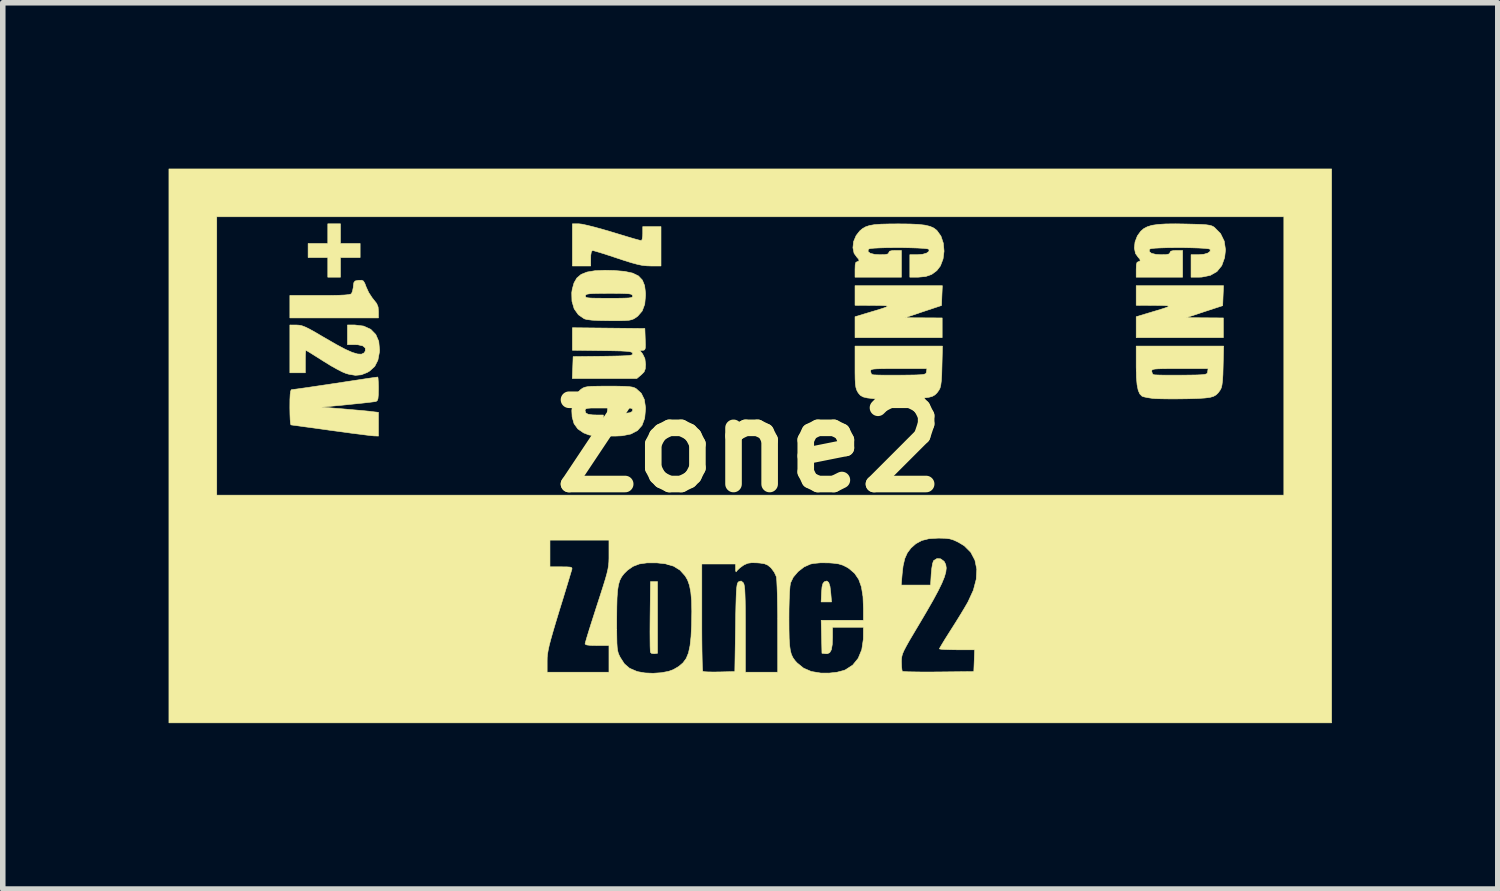
<source format=kicad_pcb>
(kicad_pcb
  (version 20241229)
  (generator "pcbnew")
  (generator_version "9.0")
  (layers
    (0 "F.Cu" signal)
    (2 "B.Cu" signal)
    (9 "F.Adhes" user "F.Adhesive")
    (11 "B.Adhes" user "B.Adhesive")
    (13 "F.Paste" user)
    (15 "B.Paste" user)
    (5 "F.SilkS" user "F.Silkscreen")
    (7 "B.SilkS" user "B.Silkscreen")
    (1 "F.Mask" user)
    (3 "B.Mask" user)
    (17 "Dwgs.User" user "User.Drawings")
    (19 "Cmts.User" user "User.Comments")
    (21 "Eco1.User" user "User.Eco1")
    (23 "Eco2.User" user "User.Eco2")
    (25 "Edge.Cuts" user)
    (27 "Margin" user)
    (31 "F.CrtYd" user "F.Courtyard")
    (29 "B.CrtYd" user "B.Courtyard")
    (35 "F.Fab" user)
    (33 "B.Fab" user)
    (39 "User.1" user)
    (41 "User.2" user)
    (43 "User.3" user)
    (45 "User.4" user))
  (footprint "Zone2"
    (layer "F.Cu")
    (at 10.506 5.014)
    (property "Reference" "Zone2" (at 0 0 0) (layer "F.SilkS") (effects (font (size 1.524 1.524) (thickness 0.3))))
    (attr through_hole)
    (fp_poly (pts (xy 1.431 2.47) (xy 1.454 2.54) (xy 1.468 2.655) (xy 1.482 2.822) (xy 1.294 2.822) (xy 1.302 2.653) (xy 1.31 2.551) (xy 1.326 2.49) (xy 1.352 2.457) (xy 1.353 2.457) (xy 1.398 2.443) (xy 1.431 2.47)) (stroke (width 0.01) (type solid)) (fill yes) (layer "F.SilkS"))
    (fp_poly (pts (xy -7.399 -3.661) (xy -7.043 -3.661) (xy -7.043 -3.407) (xy -7.399 -3.407) (xy -7.399 -3.051) (xy -7.628 -3.051) (xy -7.628 -3.407) (xy -7.984 -3.407) (xy -7.984 -3.661) (xy -7.628 -3.661) (xy -7.628 -4.017) (xy -7.399 -4.017) (xy -7.399 -3.661)) (stroke (width 0.01) (type solid)) (fill yes) (layer "F.SilkS"))
    (fp_poly (pts (xy -1.665 3.75) (xy -1.723 3.758) (xy -1.773 3.752) (xy -1.793 3.732) (xy -1.796 3.698) (xy -1.799 3.621) (xy -1.8 3.507) (xy -1.801 3.365) (xy -1.8 3.202) (xy -1.799 3.076) (xy -1.792 2.454) (xy -1.665 2.454) (xy -1.665 3.75)) (stroke (width 0.01) (type solid)) (fill yes) (layer "F.SilkS"))
    (fp_poly (pts (xy 8.563 -2.717) (xy 8.556 -2.536) (xy 8.225 -2.428) (xy 7.895 -2.319) (xy 8.568 -2.314) (xy 8.568 -1.958) (xy 6.992 -1.958) (xy 6.992 -2.336) (xy 7.214 -2.403) (xy 7.375 -2.451) (xy 7.488 -2.486) (xy 7.556 -2.51) (xy 7.579 -2.526) (xy 7.56 -2.534) (xy 7.5 -2.539) (xy 7.4 -2.54) (xy 7.316 -2.541) (xy 6.992 -2.543) (xy 6.992 -2.898) (xy 8.571 -2.898) (xy 8.563 -2.717)) (stroke (width 0.01) (type solid)) (fill yes) (layer "F.SilkS"))
    (fp_poly (pts (xy 3.478 -2.719) (xy 3.471 -2.539) (xy 3.14 -2.429) (xy 2.81 -2.318) (xy 3.146 -2.316) (xy 3.483 -2.314) (xy 3.483 -1.958) (xy 1.907 -1.958) (xy 1.907 -2.336) (xy 2.129 -2.403) (xy 2.29 -2.451) (xy 2.403 -2.486) (xy 2.47 -2.51) (xy 2.494 -2.526) (xy 2.475 -2.534) (xy 2.415 -2.539) (xy 2.315 -2.54) (xy 2.231 -2.541) (xy 1.907 -2.543) (xy 1.907 -2.898) (xy 3.486 -2.898) (xy 3.478 -2.719)) (stroke (width 0.01) (type solid)) (fill yes) (layer "F.SilkS"))
    (fp_poly (pts (xy -6.984 -2.982) (xy -6.959 -2.941) (xy -6.933 -2.872) (xy -6.888 -2.774) (xy -6.826 -2.679) (xy -6.8 -2.646) (xy -6.744 -2.575) (xy -6.718 -2.511) (xy -6.712 -2.431) (xy -6.712 -2.314) (xy -8.314 -2.314) (xy -8.314 -2.721) (xy -7.771 -2.721) (xy -7.576 -2.721) (xy -7.428 -2.724) (xy -7.321 -2.729) (xy -7.25 -2.736) (xy -7.211 -2.746) (xy -7.2 -2.753) (xy -7.181 -2.798) (xy -7.167 -2.868) (xy -7.166 -2.886) (xy -7.157 -2.952) (xy -7.135 -2.982) (xy -7.086 -2.993) (xy -7.068 -2.995) (xy -7.016 -2.996) (xy -6.984 -2.982)) (stroke (width 0.01) (type solid)) (fill yes) (layer "F.SilkS"))
    (fp_poly (pts (xy -3.031 -4.01) (xy -2.93 -3.988) (xy -2.798 -3.955) (xy -2.643 -3.912) (xy -2.483 -3.865) (xy -2.331 -3.819) (xy -2.196 -3.778) (xy -2.084 -3.745) (xy -2.003 -3.723) (xy -1.962 -3.713) (xy -1.959 -3.712) (xy -1.943 -3.735) (xy -1.934 -3.794) (xy -1.932 -3.839) (xy -1.932 -3.966) (xy -1.602 -3.966) (xy -1.602 -3.254) (xy -1.787 -3.254) (xy -1.865 -3.257) (xy -1.941 -3.265) (xy -2.027 -3.283) (xy -2.131 -3.311) (xy -2.266 -3.353) (xy -2.39 -3.394) (xy -2.529 -3.44) (xy -2.652 -3.48) (xy -2.751 -3.51) (xy -2.817 -3.529) (xy -2.84 -3.534) (xy -2.861 -3.514) (xy -2.872 -3.449) (xy -2.873 -3.394) (xy -2.873 -3.254) (xy -3.204 -3.254) (xy -3.204 -4.017) (xy -3.092 -4.017) (xy -3.031 -4.01)) (stroke (width 0.01) (type solid)) (fill yes) (layer "F.SilkS"))
    (fp_poly (pts (xy -2.549 -2.13) (xy -1.894 -2.123) (xy -1.887 -1.926) (xy -1.884 -1.827) (xy -1.886 -1.768) (xy -1.897 -1.739) (xy -1.917 -1.73) (xy -1.933 -1.729) (xy -1.987 -1.729) (xy -1.934 -1.662) (xy -1.893 -1.578) (xy -1.881 -1.474) (xy -1.887 -1.392) (xy -1.908 -1.338) (xy -1.956 -1.289) (xy -1.96 -1.286) (xy -2.038 -1.22) (xy -3.206 -1.22) (xy -3.198 -1.417) (xy -3.191 -1.615) (xy -2.649 -1.621) (xy -2.469 -1.624) (xy -2.334 -1.627) (xy -2.238 -1.631) (xy -2.174 -1.636) (xy -2.136 -1.643) (xy -2.118 -1.654) (xy -2.115 -1.667) (xy -2.115 -1.672) (xy -2.122 -1.687) (xy -2.141 -1.698) (xy -2.177 -1.706) (xy -2.238 -1.712) (xy -2.329 -1.717) (xy -2.457 -1.72) (xy -2.629 -1.723) (xy -2.664 -1.723) (xy -3.204 -1.73) (xy -3.204 -2.137) (xy -2.549 -2.13)) (stroke (width 0.01) (type solid)) (fill yes) (layer "F.SilkS"))
    (fp_poly (pts (xy -6.98 -2.167) (xy -6.852 -2.109) (xy -6.76 -2.015) (xy -6.706 -1.89) (xy -6.692 -1.734) (xy -6.694 -1.699) (xy -6.722 -1.55) (xy -6.779 -1.438) (xy -6.87 -1.355) (xy -6.915 -1.328) (xy -7.022 -1.286) (xy -7.127 -1.276) (xy -7.247 -1.296) (xy -7.3 -1.311) (xy -7.365 -1.338) (xy -7.46 -1.387) (xy -7.574 -1.451) (xy -7.694 -1.525) (xy -7.715 -1.538) (xy -7.824 -1.607) (xy -7.916 -1.665) (xy -7.984 -1.707) (xy -8.021 -1.727) (xy -8.024 -1.729) (xy -8.029 -1.706) (xy -8.033 -1.643) (xy -8.034 -1.554) (xy -8.034 -1.526) (xy -8.034 -1.322) (xy -8.314 -1.322) (xy -8.314 -2.187) (xy -8.193 -2.186) (xy -8.145 -2.183) (xy -8.096 -2.173) (xy -8.038 -2.151) (xy -7.963 -2.115) (xy -7.864 -2.06) (xy -7.733 -1.983) (xy -7.674 -1.949) (xy -7.475 -1.834) (xy -7.314 -1.748) (xy -7.186 -1.691) (xy -7.088 -1.662) (xy -7.018 -1.659) (xy -6.972 -1.682) (xy -6.95 -1.716) (xy -6.95 -1.771) (xy -6.995 -1.809) (xy -7.083 -1.829) (xy -7.135 -1.831) (xy -7.272 -1.831) (xy -7.272 -2.187) (xy -7.14 -2.187) (xy -6.98 -2.167)) (stroke (width 0.01) (type solid)) (fill yes) (layer "F.SilkS"))
    (fp_poly (pts (xy 8.564 -1.442) (xy 8.56 -1.289) (xy 8.553 -1.179) (xy 8.543 -1.101) (xy 8.53 -1.048) (xy 8.511 -1.01) (xy 8.511 -1.01) (xy 8.475 -0.96) (xy 8.437 -0.923) (xy 8.39 -0.896) (xy 8.324 -0.877) (xy 8.233 -0.866) (xy 8.109 -0.858) (xy 7.944 -0.853) (xy 7.89 -0.852) (xy 7.731 -0.85) (xy 7.577 -0.85) (xy 7.441 -0.852) (xy 7.335 -0.856) (xy 7.284 -0.86) (xy 7.197 -0.873) (xy 7.127 -0.888) (xy 7.097 -0.899) (xy 7.057 -0.94) (xy 7.028 -1.006) (xy 7.008 -1.105) (xy 6.996 -1.241) (xy 6.994 -1.35) (xy 7.272 -1.35) (xy 7.286 -1.303) (xy 7.303 -1.288) (xy 7.338 -1.284) (xy 7.415 -1.281) (xy 7.525 -1.279) (xy 7.66 -1.279) (xy 7.806 -1.279) (xy 7.971 -1.281) (xy 8.092 -1.283) (xy 8.176 -1.287) (xy 8.231 -1.293) (xy 8.262 -1.302) (xy 8.277 -1.315) (xy 8.283 -1.333) (xy 8.284 -1.341) (xy 8.292 -1.398) (xy 7.782 -1.398) (xy 7.609 -1.398) (xy 7.48 -1.397) (xy 7.389 -1.394) (xy 7.329 -1.39) (xy 7.294 -1.382) (xy 7.277 -1.371) (xy 7.272 -1.356) (xy 7.272 -1.35) (xy 6.994 -1.35) (xy 6.992 -1.421) (xy 6.992 -1.448) (xy 6.992 -1.805) (xy 8.573 -1.805) (xy 8.564 -1.442)) (stroke (width 0.01) (type solid)) (fill yes) (layer "F.SilkS"))
    (fp_poly (pts (xy 3.479 -1.442) (xy 3.475 -1.289) (xy 3.468 -1.179) (xy 3.458 -1.101) (xy 3.445 -1.048) (xy 3.426 -1.01) (xy 3.426 -1.01) (xy 3.39 -0.96) (xy 3.352 -0.923) (xy 3.305 -0.896) (xy 3.239 -0.878) (xy 3.148 -0.866) (xy 3.024 -0.858) (xy 2.859 -0.854) (xy 2.805 -0.853) (xy 2.649 -0.851) (xy 2.503 -0.85) (xy 2.377 -0.85) (xy 2.282 -0.852) (xy 2.237 -0.855) (xy 2.126 -0.868) (xy 2.053 -0.886) (xy 2.004 -0.914) (xy 1.966 -0.958) (xy 1.957 -0.973) (xy 1.937 -1.011) (xy 1.923 -1.057) (xy 1.914 -1.118) (xy 1.909 -1.205) (xy 1.907 -1.327) (xy 1.907 -1.35) (xy 2.187 -1.35) (xy 2.201 -1.303) (xy 2.218 -1.288) (xy 2.253 -1.284) (xy 2.33 -1.281) (xy 2.44 -1.279) (xy 2.575 -1.279) (xy 2.721 -1.279) (xy 2.886 -1.281) (xy 3.007 -1.283) (xy 3.091 -1.287) (xy 3.146 -1.293) (xy 3.177 -1.302) (xy 3.192 -1.315) (xy 3.198 -1.333) (xy 3.199 -1.341) (xy 3.207 -1.398) (xy 2.697 -1.398) (xy 2.524 -1.398) (xy 2.395 -1.397) (xy 2.304 -1.394) (xy 2.244 -1.39) (xy 2.209 -1.382) (xy 2.192 -1.371) (xy 2.187 -1.356) (xy 2.187 -1.35) (xy 1.907 -1.35) (xy 1.907 -1.43) (xy 1.907 -1.805) (xy 3.488 -1.805) (xy 3.479 -1.442)) (stroke (width 0.01) (type solid)) (fill yes) (layer "F.SilkS"))
    (fp_poly (pts (xy -6.719 -1.222) (xy -6.715 -1.16) (xy -6.712 -1.07) (xy -6.712 -1.031) (xy -6.714 -0.924) (xy -6.72 -0.858) (xy -6.732 -0.822) (xy -6.752 -0.806) (xy -6.757 -0.804) (xy -6.795 -0.798) (xy -6.876 -0.788) (xy -6.989 -0.775) (xy -7.126 -0.761) (xy -7.272 -0.746) (xy -7.742 -0.701) (xy -7.361 -0.67) (xy -7.214 -0.657) (xy -7.074 -0.645) (xy -6.953 -0.634) (xy -6.865 -0.625) (xy -6.846 -0.622) (xy -6.712 -0.607) (xy -6.712 -0.178) (xy -6.795 -0.181) (xy -6.841 -0.185) (xy -6.931 -0.196) (xy -7.056 -0.212) (xy -7.209 -0.231) (xy -7.382 -0.255) (xy -7.569 -0.28) (xy -7.577 -0.281) (xy -7.76 -0.307) (xy -7.926 -0.33) (xy -8.07 -0.349) (xy -8.183 -0.365) (xy -8.26 -0.375) (xy -8.294 -0.38) (xy -8.295 -0.38) (xy -8.302 -0.404) (xy -8.308 -0.47) (xy -8.312 -0.567) (xy -8.314 -0.686) (xy -8.314 -0.699) (xy -8.313 -0.839) (xy -8.308 -0.934) (xy -8.3 -0.99) (xy -8.288 -1.015) (xy -8.281 -1.017) (xy -8.249 -1.021) (xy -8.173 -1.031) (xy -8.059 -1.047) (xy -7.915 -1.068) (xy -7.746 -1.093) (xy -7.559 -1.121) (xy -7.492 -1.131) (xy -7.302 -1.16) (xy -7.129 -1.186) (xy -6.979 -1.209) (xy -6.858 -1.227) (xy -6.772 -1.239) (xy -6.728 -1.245) (xy -6.724 -1.246) (xy -6.719 -1.222)) (stroke (width 0.01) (type solid)) (fill yes) (layer "F.SilkS"))
    (fp_poly (pts (xy -2.449 -3.172) (xy -2.26 -3.156) (xy -2.115 -3.125) (xy -2.01 -3.074) (xy -1.939 -2.999) (xy -1.898 -2.898) (xy -1.882 -2.764) (xy -1.882 -2.721) (xy -1.896 -2.563) (xy -1.942 -2.44) (xy -2.022 -2.347) (xy -2.057 -2.321) (xy -2.094 -2.298) (xy -2.132 -2.283) (xy -2.182 -2.272) (xy -2.253 -2.267) (xy -2.353 -2.264) (xy -2.494 -2.264) (xy -2.527 -2.264) (xy -2.713 -2.267) (xy -2.852 -2.274) (xy -2.946 -2.286) (xy -2.99 -2.299) (xy -3.096 -2.372) (xy -3.172 -2.479) (xy -3.212 -2.615) (xy -3.215 -2.714) (xy -2.97 -2.714) (xy -2.97 -2.698) (xy -2.956 -2.686) (xy -2.924 -2.678) (xy -2.865 -2.673) (xy -2.773 -2.671) (xy -2.641 -2.67) (xy -2.543 -2.67) (xy -2.384 -2.67) (xy -2.269 -2.672) (xy -2.192 -2.675) (xy -2.145 -2.681) (xy -2.121 -2.691) (xy -2.114 -2.704) (xy -2.115 -2.714) (xy -2.123 -2.731) (xy -2.142 -2.743) (xy -2.181 -2.751) (xy -2.247 -2.755) (xy -2.347 -2.758) (xy -2.489 -2.759) (xy -2.543 -2.759) (xy -2.698 -2.758) (xy -2.81 -2.756) (xy -2.886 -2.752) (xy -2.933 -2.745) (xy -2.958 -2.735) (xy -2.969 -2.72) (xy -2.97 -2.714) (xy -3.215 -2.714) (xy -3.216 -2.772) (xy -3.207 -2.834) (xy -3.175 -2.948) (xy -3.124 -3.036) (xy -3.047 -3.101) (xy -2.94 -3.144) (xy -2.797 -3.168) (xy -2.615 -3.176) (xy -2.449 -3.172)) (stroke (width 0.01) (type solid)) (fill yes) (layer "F.SilkS"))
    (fp_poly (pts (xy -2.385 -1.08) (xy -2.266 -1.077) (xy -2.181 -1.072) (xy -2.123 -1.064) (xy -2.081 -1.051) (xy -2.051 -1.035) (xy -1.958 -0.95) (xy -1.903 -0.838) (xy -1.882 -0.693) (xy -1.882 -0.667) (xy -1.897 -0.501) (xy -1.945 -0.371) (xy -2.028 -0.277) (xy -2.147 -0.215) (xy -2.306 -0.183) (xy -2.422 -0.178) (xy -2.568 -0.178) (xy -2.568 -0.634) (xy -2.365 -0.634) (xy -2.359 -0.603) (xy -2.333 -0.589) (xy -2.274 -0.588) (xy -2.244 -0.59) (xy -2.165 -0.6) (xy -2.125 -0.621) (xy -2.115 -0.642) (xy -2.118 -0.669) (xy -2.146 -0.682) (xy -2.21 -0.686) (xy -2.236 -0.686) (xy -2.312 -0.684) (xy -2.351 -0.673) (xy -2.364 -0.649) (xy -2.365 -0.634) (xy -2.568 -0.634) (xy -2.568 -0.686) (xy -2.771 -0.686) (xy -2.873 -0.685) (xy -2.934 -0.68) (xy -2.964 -0.669) (xy -2.974 -0.649) (xy -2.975 -0.638) (xy -2.963 -0.597) (xy -2.921 -0.573) (xy -2.842 -0.561) (xy -2.769 -0.559) (xy -2.644 -0.559) (xy -2.644 -0.178) (xy -2.766 -0.178) (xy -2.905 -0.198) (xy -3.001 -0.235) (xy -3.106 -0.307) (xy -3.174 -0.401) (xy -3.209 -0.523) (xy -3.215 -0.637) (xy -3.199 -0.791) (xy -3.151 -0.912) (xy -3.067 -1.008) (xy -3.043 -1.027) (xy -3.013 -1.047) (xy -2.978 -1.061) (xy -2.93 -1.071) (xy -2.861 -1.077) (xy -2.763 -1.079) (xy -2.625 -1.081) (xy -2.546 -1.081) (xy -2.385 -1.08)) (stroke (width 0.01) (type solid)) (fill yes) (layer "F.SilkS"))
    (fp_poly (pts (xy 7.885 -4.013) (xy 8.049 -4.009) (xy 8.171 -4.005) (xy 8.258 -3.999) (xy 8.319 -3.99) (xy 8.361 -3.978) (xy 8.392 -3.962) (xy 8.406 -3.952) (xy 8.517 -3.84) (xy 8.584 -3.703) (xy 8.607 -3.546) (xy 8.591 -3.405) (xy 8.539 -3.26) (xy 8.452 -3.153) (xy 8.332 -3.084) (xy 8.178 -3.053) (xy 8.124 -3.051) (xy 7.984 -3.051) (xy 7.984 -3.458) (xy 8.119 -3.458) (xy 8.216 -3.466) (xy 8.289 -3.488) (xy 8.33 -3.52) (xy 8.329 -3.556) (xy 8.299 -3.565) (xy 8.227 -3.573) (xy 8.122 -3.579) (xy 7.995 -3.583) (xy 7.854 -3.586) (xy 7.708 -3.586) (xy 7.567 -3.585) (xy 7.439 -3.581) (xy 7.335 -3.576) (xy 7.263 -3.568) (xy 7.233 -3.558) (xy 7.228 -3.515) (xy 7.268 -3.483) (xy 7.35 -3.463) (xy 7.44 -3.458) (xy 7.532 -3.46) (xy 7.582 -3.47) (xy 7.601 -3.488) (xy 7.602 -3.496) (xy 7.617 -3.521) (xy 7.668 -3.533) (xy 7.717 -3.534) (xy 7.831 -3.534) (xy 7.831 -3.051) (xy 6.992 -3.051) (xy 6.992 -3.191) (xy 6.995 -3.275) (xy 7.007 -3.319) (xy 7.03 -3.331) (xy 7.064 -3.344) (xy 7.058 -3.378) (xy 7.031 -3.407) (xy 6.979 -3.48) (xy 6.959 -3.579) (xy 6.971 -3.689) (xy 7.013 -3.798) (xy 7.075 -3.883) (xy 7.128 -3.929) (xy 7.193 -3.963) (xy 7.276 -3.989) (xy 7.385 -4.005) (xy 7.526 -4.014) (xy 7.705 -4.016) (xy 7.885 -4.013)) (stroke (width 0.01) (type solid)) (fill yes) (layer "F.SilkS"))
    (fp_poly (pts (xy 2.895 -4.013) (xy 3.052 -4.006) (xy 3.173 -3.992) (xy 3.264 -3.97) (xy 3.333 -3.939) (xy 3.387 -3.897) (xy 3.387 -3.897) (xy 3.461 -3.794) (xy 3.504 -3.665) (xy 3.517 -3.522) (xy 3.499 -3.381) (xy 3.451 -3.255) (xy 3.387 -3.171) (xy 3.294 -3.102) (xy 3.186 -3.064) (xy 3.048 -3.051) (xy 3.037 -3.051) (xy 2.898 -3.051) (xy 2.898 -3.458) (xy 3.033 -3.458) (xy 3.131 -3.466) (xy 3.204 -3.488) (xy 3.245 -3.52) (xy 3.244 -3.556) (xy 3.214 -3.565) (xy 3.142 -3.573) (xy 3.037 -3.579) (xy 2.91 -3.583) (xy 2.769 -3.586) (xy 2.623 -3.586) (xy 2.482 -3.585) (xy 2.354 -3.581) (xy 2.25 -3.576) (xy 2.178 -3.568) (xy 2.148 -3.558) (xy 2.142 -3.515) (xy 2.183 -3.483) (xy 2.264 -3.463) (xy 2.355 -3.458) (xy 2.447 -3.46) (xy 2.497 -3.47) (xy 2.516 -3.488) (xy 2.517 -3.496) (xy 2.532 -3.521) (xy 2.583 -3.533) (xy 2.632 -3.534) (xy 2.746 -3.534) (xy 2.746 -3.051) (xy 1.907 -3.051) (xy 1.907 -3.191) (xy 1.91 -3.275) (xy 1.922 -3.319) (xy 1.945 -3.331) (xy 1.979 -3.344) (xy 1.973 -3.378) (xy 1.946 -3.406) (xy 1.89 -3.483) (xy 1.869 -3.584) (xy 1.881 -3.695) (xy 1.927 -3.804) (xy 1.993 -3.888) (xy 2.043 -3.93) (xy 2.099 -3.962) (xy 2.168 -3.985) (xy 2.258 -4.001) (xy 2.377 -4.01) (xy 2.533 -4.014) (xy 2.695 -4.015) (xy 2.895 -4.013)) (stroke (width 0.01) (type solid)) (fill yes) (layer "F.SilkS"))
    (fp_poly (pts (xy 10.526 5.009) (xy -10.501 5.009) (xy -10.501 3.897) (xy -3.661 3.897) (xy -3.661 4.093) (xy -2.543 4.093) (xy -2.543 3.61) (xy -2.759 3.61) (xy -2.874 3.608) (xy -2.944 3.6) (xy -2.973 3.585) (xy -2.975 3.579) (xy -2.967 3.547) (xy -2.946 3.474) (xy -2.913 3.366) (xy -2.87 3.228) (xy -2.842 3.141) (xy -2.403 3.141) (xy -2.403 3.324) (xy -2.401 3.464) (xy -2.399 3.568) (xy -2.394 3.645) (xy -2.386 3.702) (xy -2.375 3.746) (xy -2.359 3.785) (xy -2.339 3.825) (xy -2.264 3.941) (xy -2.171 4.021) (xy -2.046 4.075) (xy -2.017 4.084) (xy -1.891 4.106) (xy -1.745 4.112) (xy -1.596 4.102) (xy -1.464 4.077) (xy -1.379 4.046) (xy -1.28 3.988) (xy -1.204 3.923) (xy -1.146 3.844) (xy -1.105 3.744) (xy -1.077 3.614) (xy -1.059 3.449) (xy -1.049 3.24) (xy -1.049 3.231) (xy -1.045 2.994) (xy -1.049 2.801) (xy -1.063 2.646) (xy -1.087 2.522) (xy -1.122 2.424) (xy -1.164 2.352) (xy -1.258 2.247) (xy -1.374 2.175) (xy -1.508 2.136) (xy -0.864 2.136) (xy -0.864 3.098) (xy -0.864 3.314) (xy -0.863 3.514) (xy -0.861 3.693) (xy -0.858 3.844) (xy -0.855 3.962) (xy -0.851 4.041) (xy -0.847 4.076) (xy -0.847 4.077) (xy -0.816 4.084) (xy -0.745 4.088) (xy -0.645 4.089) (xy -0.548 4.088) (xy -0.267 4.081) (xy -0.254 3.283) (xy -0.251 3.059) (xy -0.247 2.881) (xy -0.243 2.743) (xy -0.239 2.64) (xy -0.233 2.566) (xy -0.226 2.516) (xy -0.218 2.484) (xy -0.207 2.466) (xy -0.196 2.456) (xy -0.153 2.443) (xy -0.117 2.472) (xy -0.113 2.477) (xy -0.102 2.5) (xy -0.094 2.539) (xy -0.087 2.599) (xy -0.083 2.687) (xy -0.079 2.806) (xy -0.077 2.963) (xy -0.076 3.162) (xy -0.076 3.31) (xy -0.076 4.093) (xy 0.509 4.093) (xy 0.508 3.274) (xy 0.508 3.122) (xy 0.712 3.122) (xy 0.713 3.324) (xy 0.716 3.482) (xy 0.724 3.605) (xy 0.737 3.699) (xy 0.756 3.771) (xy 0.784 3.83) (xy 0.821 3.882) (xy 0.859 3.924) (xy 0.976 4.019) (xy 1.117 4.08) (xy 1.287 4.108) (xy 1.437 4.109) (xy 1.581 4.093) (xy 1.707 4.06) (xy 1.732 4.05) (xy 1.865 3.964) (xy 1.964 3.842) (xy 2.029 3.685) (xy 2.057 3.497) (xy 2.058 3.452) (xy 2.059 3.28) (xy 1.5 3.28) (xy 1.5 3.456) (xy 1.495 3.593) (xy 1.479 3.686) (xy 1.449 3.739) (xy 1.404 3.759) (xy 1.379 3.758) (xy 1.309 3.75) (xy 1.302 3.452) (xy 1.295 3.153) (xy 2.059 3.153) (xy 2.059 2.94) (xy 2.051 2.725) (xy 2.023 2.552) (xy 2.011 2.517) (xy 2.742 2.517) (xy 3.273 2.517) (xy 3.285 2.315) (xy 3.295 2.214) (xy 3.309 2.13) (xy 3.326 2.079) (xy 3.33 2.074) (xy 3.388 2.038) (xy 3.455 2.042) (xy 3.515 2.086) (xy 3.524 2.098) (xy 3.548 2.148) (xy 3.557 2.208) (xy 3.549 2.281) (xy 3.523 2.372) (xy 3.477 2.484) (xy 3.409 2.623) (xy 3.318 2.792) (xy 3.202 2.994) (xy 3.068 3.221) (xy 2.968 3.389) (xy 2.891 3.519) (xy 2.835 3.619) (xy 2.795 3.695) (xy 2.769 3.754) (xy 2.755 3.801) (xy 2.748 3.844) (xy 2.746 3.889) (xy 2.746 3.91) (xy 2.749 3.993) (xy 2.756 4.054) (xy 2.763 4.077) (xy 2.793 4.081) (xy 2.866 4.085) (xy 2.975 4.087) (xy 3.115 4.089) (xy 3.277 4.089) (xy 3.418 4.088) (xy 4.055 4.081) (xy 4.063 3.884) (xy 4.07 3.687) (xy 3.751 3.687) (xy 3.631 3.685) (xy 3.531 3.682) (xy 3.462 3.677) (xy 3.433 3.671) (xy 3.432 3.671) (xy 3.445 3.645) (xy 3.481 3.584) (xy 3.535 3.495) (xy 3.603 3.387) (xy 3.647 3.318) (xy 3.73 3.187) (xy 3.811 3.056) (xy 3.883 2.937) (xy 3.937 2.844) (xy 3.951 2.819) (xy 4.047 2.61) (xy 4.099 2.412) (xy 4.109 2.23) (xy 4.075 2.066) (xy 4 1.924) (xy 3.883 1.807) (xy 3.777 1.743) (xy 3.694 1.704) (xy 3.621 1.681) (xy 3.54 1.671) (xy 3.431 1.668) (xy 3.409 1.668) (xy 3.244 1.678) (xy 3.113 1.711) (xy 3.005 1.77) (xy 2.919 1.847) (xy 2.853 1.934) (xy 2.807 2.037) (xy 2.776 2.17) (xy 2.76 2.307) (xy 2.742 2.517) (xy 2.011 2.517) (xy 1.974 2.414) (xy 1.9 2.305) (xy 1.8 2.219) (xy 1.764 2.196) (xy 1.689 2.158) (xy 1.611 2.134) (xy 1.514 2.121) (xy 1.432 2.115) (xy 1.282 2.114) (xy 1.155 2.126) (xy 1.101 2.137) (xy 0.985 2.189) (xy 0.877 2.273) (xy 0.79 2.375) (xy 0.74 2.479) (xy 0.731 2.539) (xy 0.723 2.641) (xy 0.717 2.778) (xy 0.713 2.942) (xy 0.712 3.122) (xy 0.508 3.122) (xy 0.508 3.063) (xy 0.505 2.868) (xy 0.502 2.695) (xy 0.497 2.552) (xy 0.492 2.443) (xy 0.486 2.377) (xy 0.483 2.363) (xy 0.447 2.285) (xy 0.391 2.209) (xy 0.381 2.199) (xy 0.328 2.156) (xy 0.271 2.132) (xy 0.19 2.119) (xy 0.141 2.115) (xy 0.04 2.112) (xy -0.031 2.122) (xy -0.092 2.148) (xy -0.113 2.16) (xy -0.176 2.206) (xy -0.222 2.25) (xy -0.228 2.258) (xy -0.245 2.278) (xy -0.252 2.256) (xy -0.253 2.218) (xy -0.254 2.136) (xy -0.864 2.136) (xy -1.508 2.136) (xy -1.521 2.132) (xy -1.678 2.115) (xy -1.854 2.115) (xy -1.994 2.135) (xy -2.108 2.179) (xy -2.207 2.248) (xy -2.212 2.253) (xy -2.269 2.309) (xy -2.313 2.366) (xy -2.347 2.431) (xy -2.371 2.512) (xy -2.387 2.614) (xy -2.397 2.747) (xy -2.401 2.915) (xy -2.403 3.127) (xy -2.403 3.141) (xy -2.842 3.141) (xy -2.819 3.069) (xy -2.763 2.894) (xy -2.759 2.882) (xy -2.695 2.685) (xy -2.645 2.528) (xy -2.607 2.405) (xy -2.58 2.308) (xy -2.562 2.23) (xy -2.551 2.163) (xy -2.545 2.099) (xy -2.543 2.032) (xy -2.543 1.96) (xy -2.543 1.704) (xy -3.61 1.704) (xy -3.61 2.187) (xy -3.405 2.187) (xy -3.304 2.188) (xy -3.244 2.192) (xy -3.216 2.203) (xy -3.211 2.221) (xy -3.213 2.231) (xy -3.224 2.266) (xy -3.247 2.343) (xy -3.281 2.456) (xy -3.324 2.598) (xy -3.374 2.762) (xy -3.43 2.942) (xy -3.444 2.988) (xy -3.508 3.199) (xy -3.558 3.369) (xy -3.596 3.503) (xy -3.624 3.61) (xy -3.642 3.695) (xy -3.654 3.766) (xy -3.66 3.829) (xy -3.661 3.891) (xy -3.661 3.897) (xy -10.501 3.897) (xy -10.501 -4.144) (xy -9.636 -4.144) (xy -9.636 0.89) (xy 9.662 0.89) (xy 9.662 -4.144) (xy -9.636 -4.144) (xy -10.501 -4.144) (xy -10.501 -5.009) (xy 10.526 -5.009) (xy 10.526 5.009)) (stroke (width 0.01) (type solid)) (fill yes) (layer "F.SilkS")))
  (gr_rect
    (start -3 -3)
    (end 24.037 13.028)
    (stroke (width 0.1) (type default))
    (fill no)
    (layer "Edge.Cuts")))
</source>
